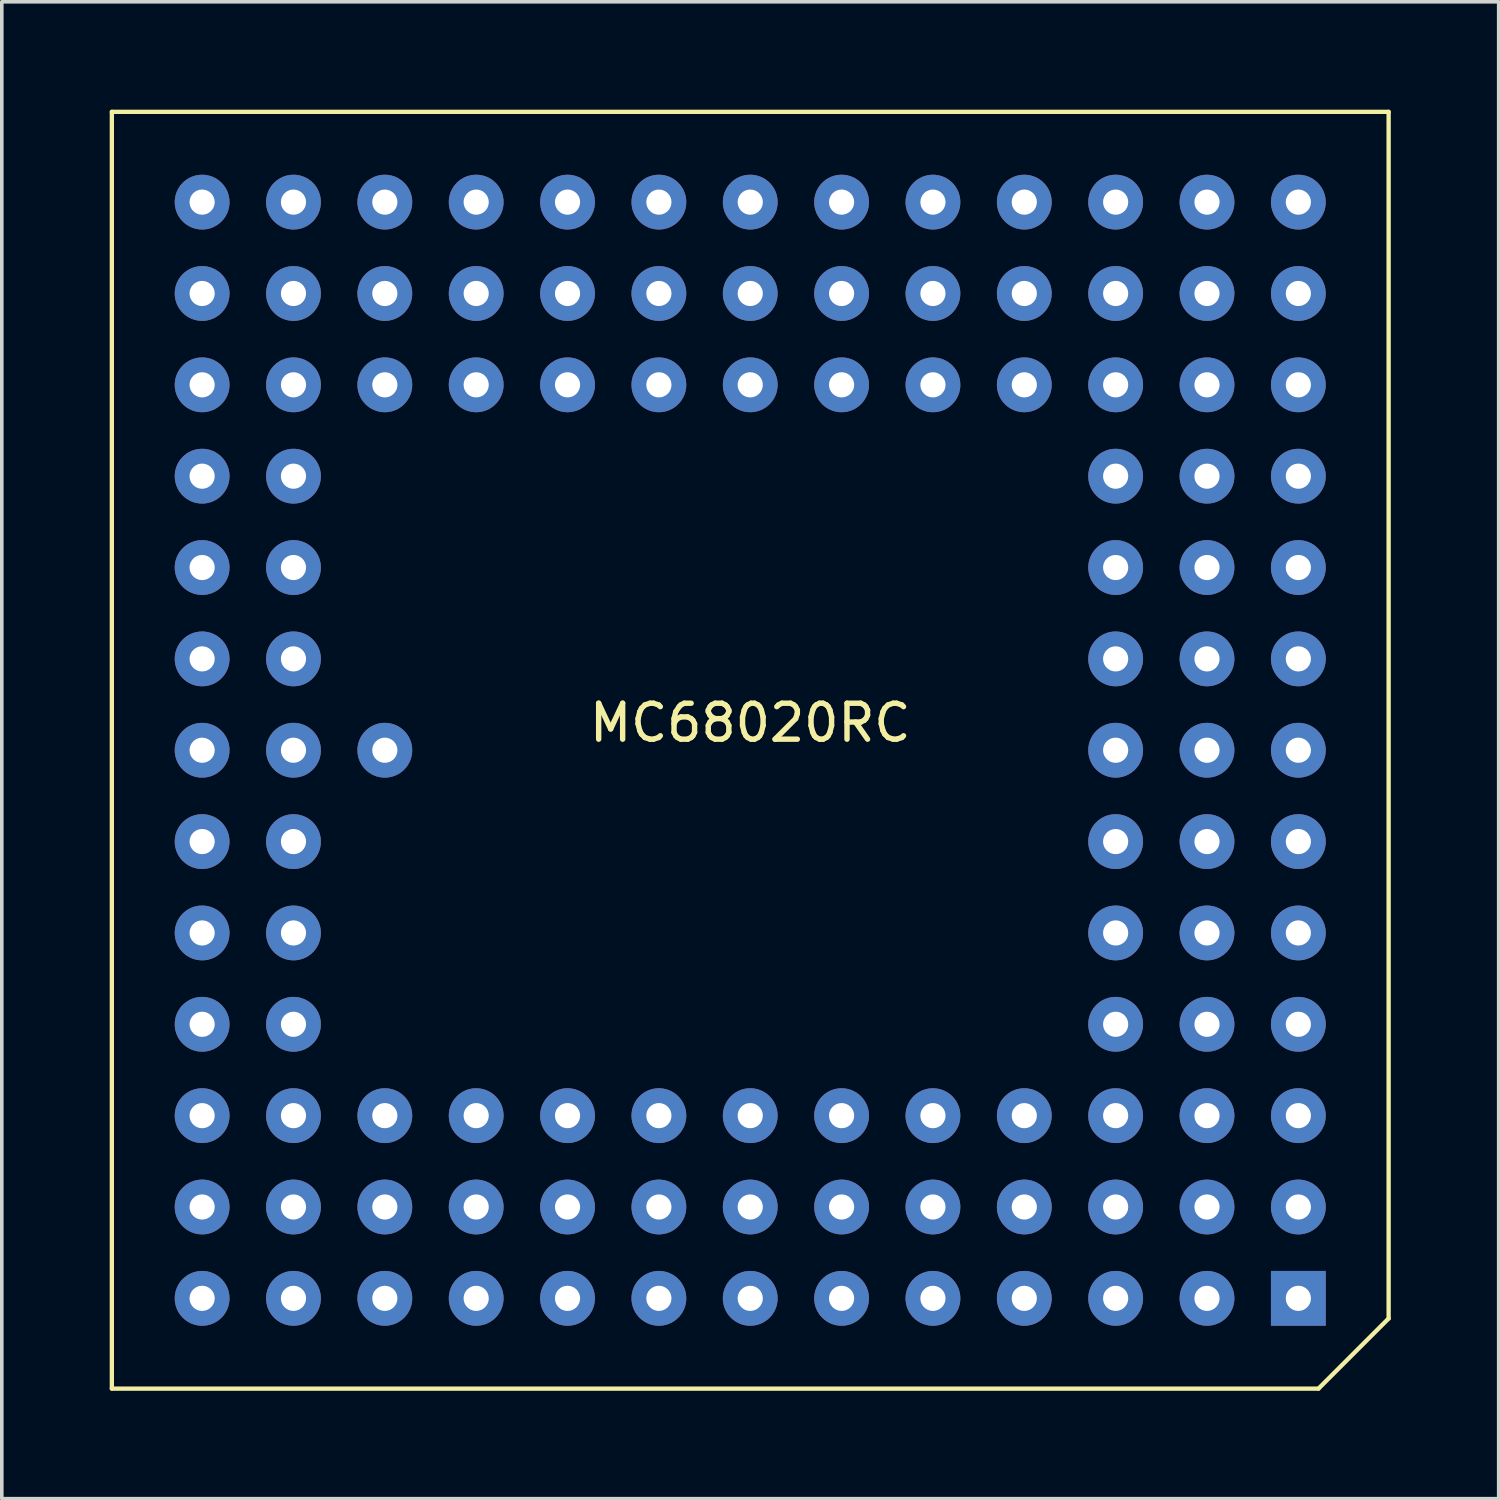
<source format=kicad_pcb>
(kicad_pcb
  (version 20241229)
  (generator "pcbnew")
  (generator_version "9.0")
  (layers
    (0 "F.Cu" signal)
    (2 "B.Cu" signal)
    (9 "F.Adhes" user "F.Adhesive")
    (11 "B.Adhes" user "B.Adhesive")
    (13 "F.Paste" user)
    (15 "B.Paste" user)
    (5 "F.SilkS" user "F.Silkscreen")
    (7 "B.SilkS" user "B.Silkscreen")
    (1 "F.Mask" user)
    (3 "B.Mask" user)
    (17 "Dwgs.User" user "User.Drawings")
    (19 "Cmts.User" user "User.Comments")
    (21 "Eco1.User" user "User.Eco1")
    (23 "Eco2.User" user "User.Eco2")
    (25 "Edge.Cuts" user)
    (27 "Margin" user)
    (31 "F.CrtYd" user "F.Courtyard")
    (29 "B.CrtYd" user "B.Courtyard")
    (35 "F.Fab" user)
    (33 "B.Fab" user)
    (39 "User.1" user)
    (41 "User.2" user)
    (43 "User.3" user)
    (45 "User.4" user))
  (footprint "MC68020RC"
    (layer "F.Cu")
    (at 17.81 17.81)
    (property "Reference" "MC68020RC" (at 0 -0.762 0) (layer "F.SilkS") (effects (font (size 1 1) (thickness 0.15))))
    (attr through_hole)
    (fp_line (start -17.75 -17.75) (end 17.75 -17.75) (stroke (width 0.12) (type solid)) (layer "F.SilkS"))
    (fp_line (start -17.75 17.75) (end -17.75 -17.75) (stroke (width 0.12) (type solid)) (layer "F.SilkS"))
    (fp_line (start 15.8 17.75) (end -17.75 17.75) (stroke (width 0.12) (type solid)) (layer "F.SilkS"))
    (fp_line (start 17.75 -17.75) (end 17.75 15.8) (stroke (width 0.12) (type solid)) (layer "F.SilkS"))
    (fp_line (start 17.75 15.8) (end 15.8 17.75) (stroke (width 0.12) (type solid)) (layer "F.SilkS"))
    (pad "A1" thru_hole rect (at 15.24 15.24) (size 1.524 1.524) (drill 0.7) (layers "*.Cu" "*.Mask"))
    (pad "A2" thru_hole circle (at 12.7 15.24) (size 1.524 1.524) (drill 0.7) (layers "*.Cu" "*.Mask"))
    (pad "A3" thru_hole circle (at 10.16 15.24) (size 1.524 1.524) (drill 0.7) (layers "*.Cu" "*.Mask"))
    (pad "A4" thru_hole circle (at 7.62 15.24) (size 1.524 1.524) (drill 0.7) (layers "*.Cu" "*.Mask"))
    (pad "A5" thru_hole circle (at 5.08 15.24) (size 1.524 1.524) (drill 0.7) (layers "*.Cu" "*.Mask"))
    (pad "A6" thru_hole circle (at 2.54 15.24) (size 1.524 1.524) (drill 0.7) (layers "*.Cu" "*.Mask"))
    (pad "A7" thru_hole circle (at 0 15.24) (size 1.524 1.524) (drill 0.7) (layers "*.Cu" "*.Mask"))
    (pad "A8" thru_hole circle (at -2.54 15.24) (size 1.524 1.524) (drill 0.7) (layers "*.Cu" "*.Mask"))
    (pad "A9" thru_hole circle (at -5.08 15.24) (size 1.524 1.524) (drill 0.7) (layers "*.Cu" "*.Mask"))
    (pad "A10" thru_hole circle (at -7.62 15.24) (size 1.524 1.524) (drill 0.7) (layers "*.Cu" "*.Mask"))
    (pad "A11" thru_hole circle (at -10.16 15.24) (size 1.524 1.524) (drill 0.7) (layers "*.Cu" "*.Mask"))
    (pad "A12" thru_hole circle (at -12.7 15.24) (size 1.524 1.524) (drill 0.7) (layers "*.Cu" "*.Mask"))
    (pad "A13" thru_hole circle (at -15.24 15.24) (size 1.524 1.524) (drill 0.7) (layers "*.Cu" "*.Mask"))
    (pad "B1" thru_hole circle (at 15.24 12.7) (size 1.524 1.524) (drill 0.7) (layers "*.Cu" "*.Mask"))
    (pad "B2" thru_hole circle (at 12.7 12.7) (size 1.524 1.524) (drill 0.7) (layers "*.Cu" "*.Mask"))
    (pad "B3" thru_hole circle (at 10.16 12.7) (size 1.524 1.524) (drill 0.7) (layers "*.Cu" "*.Mask"))
    (pad "B4" thru_hole circle (at 7.62 12.7) (size 1.524 1.524) (drill 0.7) (layers "*.Cu" "*.Mask"))
    (pad "B5" thru_hole circle (at 5.08 12.7) (size 1.524 1.524) (drill 0.7) (layers "*.Cu" "*.Mask"))
    (pad "B6" thru_hole circle (at 2.54 12.7) (size 1.524 1.524) (drill 0.7) (layers "*.Cu" "*.Mask"))
    (pad "B7" thru_hole circle (at 0 12.7) (size 1.524 1.524) (drill 0.7) (layers "*.Cu" "*.Mask"))
    (pad "B8" thru_hole circle (at -2.54 12.7) (size 1.524 1.524) (drill 0.7) (layers "*.Cu" "*.Mask"))
    (pad "B9" thru_hole circle (at -5.08 12.7) (size 1.524 1.524) (drill 0.7) (layers "*.Cu" "*.Mask"))
    (pad "B10" thru_hole circle (at -7.62 12.7) (size 1.524 1.524) (drill 0.7) (layers "*.Cu" "*.Mask"))
    (pad "B11" thru_hole circle (at -10.16 12.7) (size 1.524 1.524) (drill 0.7) (layers "*.Cu" "*.Mask"))
    (pad "B12" thru_hole circle (at -12.7 12.7) (size 1.524 1.524) (drill 0.7) (layers "*.Cu" "*.Mask"))
    (pad "B13" thru_hole circle (at -15.24 12.7) (size 1.524 1.524) (drill 0.7) (layers "*.Cu" "*.Mask"))
    (pad "C1" thru_hole circle (at 15.24 10.16) (size 1.524 1.524) (drill 0.7) (layers "*.Cu" "*.Mask"))
    (pad "C2" thru_hole circle (at 12.7 10.16) (size 1.524 1.524) (drill 0.7) (layers "*.Cu" "*.Mask"))
    (pad "C3" thru_hole circle (at 10.16 10.16) (size 1.524 1.524) (drill 0.7) (layers "*.Cu" "*.Mask"))
    (pad "C4" thru_hole circle (at 7.62 10.16) (size 1.524 1.524) (drill 0.7) (layers "*.Cu" "*.Mask"))
    (pad "C5" thru_hole circle (at 5.08 10.16) (size 1.524 1.524) (drill 0.7) (layers "*.Cu" "*.Mask"))
    (pad "C6" thru_hole circle (at 2.54 10.16) (size 1.524 1.524) (drill 0.7) (layers "*.Cu" "*.Mask"))
    (pad "C7" thru_hole circle (at 0 10.16) (size 1.524 1.524) (drill 0.7) (layers "*.Cu" "*.Mask"))
    (pad "C8" thru_hole circle (at -2.54 10.16) (size 1.524 1.524) (drill 0.7) (layers "*.Cu" "*.Mask"))
    (pad "C9" thru_hole circle (at -5.08 10.16) (size 1.524 1.524) (drill 0.7) (layers "*.Cu" "*.Mask"))
    (pad "C10" thru_hole circle (at -7.62 10.16) (size 1.524 1.524) (drill 0.7) (layers "*.Cu" "*.Mask"))
    (pad "C11" thru_hole circle (at -10.16 10.16) (size 1.524 1.524) (drill 0.7) (layers "*.Cu" "*.Mask"))
    (pad "C12" thru_hole circle (at -12.7 10.16) (size 1.524 1.524) (drill 0.7) (layers "*.Cu" "*.Mask"))
    (pad "C13" thru_hole circle (at -15.24 10.16) (size 1.524 1.524) (drill 0.7) (layers "*.Cu" "*.Mask"))
    (pad "D1" thru_hole circle (at 15.24 7.62) (size 1.524 1.524) (drill 0.7) (layers "*.Cu" "*.Mask"))
    (pad "D2" thru_hole circle (at 12.7 7.62) (size 1.524 1.524) (drill 0.7) (layers "*.Cu" "*.Mask"))
    (pad "D3" thru_hole circle (at 10.16 7.62) (size 1.524 1.524) (drill 0.7) (layers "*.Cu" "*.Mask"))
    (pad "D12" thru_hole circle (at -12.7 7.62) (size 1.524 1.524) (drill 0.7) (layers "*.Cu" "*.Mask"))
    (pad "D13" thru_hole circle (at -15.24 7.62) (size 1.524 1.524) (drill 0.7) (layers "*.Cu" "*.Mask"))
    (pad "E1" thru_hole circle (at 15.24 5.08) (size 1.524 1.524) (drill 0.7) (layers "*.Cu" "*.Mask"))
    (pad "E2" thru_hole circle (at 12.7 5.08) (size 1.524 1.524) (drill 0.7) (layers "*.Cu" "*.Mask"))
    (pad "E3" thru_hole circle (at 10.16 5.08) (size 1.524 1.524) (drill 0.7) (layers "*.Cu" "*.Mask"))
    (pad "E12" thru_hole circle (at -12.7 5.08) (size 1.524 1.524) (drill 0.7) (layers "*.Cu" "*.Mask"))
    (pad "E13" thru_hole circle (at -15.24 5.08) (size 1.524 1.524) (drill 0.7) (layers "*.Cu" "*.Mask"))
    (pad "F1" thru_hole circle (at 15.24 2.54) (size 1.524 1.524) (drill 0.7) (layers "*.Cu" "*.Mask"))
    (pad "F2" thru_hole circle (at 12.7 2.54) (size 1.524 1.524) (drill 0.7) (layers "*.Cu" "*.Mask"))
    (pad "F3" thru_hole circle (at 10.16 2.54) (size 1.524 1.524) (drill 0.7) (layers "*.Cu" "*.Mask"))
    (pad "F12" thru_hole circle (at -12.7 2.54) (size 1.524 1.524) (drill 0.7) (layers "*.Cu" "*.Mask"))
    (pad "F13" thru_hole circle (at -15.24 2.54) (size 1.524 1.524) (drill 0.7) (layers "*.Cu" "*.Mask"))
    (pad "G1" thru_hole circle (at 15.24 0) (size 1.524 1.524) (drill 0.7) (layers "*.Cu" "*.Mask"))
    (pad "G2" thru_hole circle (at 12.7 0) (size 1.524 1.524) (drill 0.7) (layers "*.Cu" "*.Mask"))
    (pad "G3" thru_hole circle (at 10.16 0) (size 1.524 1.524) (drill 0.7) (layers "*.Cu" "*.Mask"))
    (pad "G11" thru_hole circle (at -10.16 0) (size 1.524 1.524) (drill 0.7) (layers "*.Cu" "*.Mask"))
    (pad "G12" thru_hole circle (at -12.7 0) (size 1.524 1.524) (drill 0.7) (layers "*.Cu" "*.Mask"))
    (pad "G13" thru_hole circle (at -15.24 0) (size 1.524 1.524) (drill 0.7) (layers "*.Cu" "*.Mask"))
    (pad "H1" thru_hole circle (at 15.24 -2.54) (size 1.524 1.524) (drill 0.7) (layers "*.Cu" "*.Mask"))
    (pad "H2" thru_hole circle (at 12.7 -2.54) (size 1.524 1.524) (drill 0.7) (layers "*.Cu" "*.Mask"))
    (pad "H3" thru_hole circle (at 10.16 -2.54) (size 1.524 1.524) (drill 0.7) (layers "*.Cu" "*.Mask"))
    (pad "H12" thru_hole circle (at -12.7 -2.54) (size 1.524 1.524) (drill 0.7) (layers "*.Cu" "*.Mask"))
    (pad "H13" thru_hole circle (at -15.24 -2.54) (size 1.524 1.524) (drill 0.7) (layers "*.Cu" "*.Mask"))
    (pad "J1" thru_hole circle (at 15.24 -5.08) (size 1.524 1.524) (drill 0.7) (layers "*.Cu" "*.Mask"))
    (pad "J2" thru_hole circle (at 12.7 -5.08) (size 1.524 1.524) (drill 0.7) (layers "*.Cu" "*.Mask"))
    (pad "J3" thru_hole circle (at 10.16 -5.08) (size 1.524 1.524) (drill 0.7) (layers "*.Cu" "*.Mask"))
    (pad "J12" thru_hole circle (at -12.7 -5.08) (size 1.524 1.524) (drill 0.7) (layers "*.Cu" "*.Mask"))
    (pad "J13" thru_hole circle (at -15.24 -5.08) (size 1.524 1.524) (drill 0.7) (layers "*.Cu" "*.Mask"))
    (pad "K1" thru_hole circle (at 15.24 -7.62) (size 1.524 1.524) (drill 0.7) (layers "*.Cu" "*.Mask"))
    (pad "K2" thru_hole circle (at 12.7 -7.62) (size 1.524 1.524) (drill 0.7) (layers "*.Cu" "*.Mask"))
    (pad "K3" thru_hole circle (at 10.16 -7.62) (size 1.524 1.524) (drill 0.7) (layers "*.Cu" "*.Mask"))
    (pad "K12" thru_hole circle (at -12.7 -7.62) (size 1.524 1.524) (drill 0.7) (layers "*.Cu" "*.Mask"))
    (pad "K13" thru_hole circle (at -15.24 -7.62) (size 1.524 1.524) (drill 0.7) (layers "*.Cu" "*.Mask"))
    (pad "L1" thru_hole circle (at 15.24 -10.16) (size 1.524 1.524) (drill 0.7) (layers "*.Cu" "*.Mask"))
    (pad "L2" thru_hole circle (at 12.7 -10.16) (size 1.524 1.524) (drill 0.7) (layers "*.Cu" "*.Mask"))
    (pad "L3" thru_hole circle (at 10.16 -10.16) (size 1.524 1.524) (drill 0.7) (layers "*.Cu" "*.Mask"))
    (pad "L4" thru_hole circle (at 7.62 -10.16) (size 1.524 1.524) (drill 0.7) (layers "*.Cu" "*.Mask"))
    (pad "L5" thru_hole circle (at 5.08 -10.16) (size 1.524 1.524) (drill 0.7) (layers "*.Cu" "*.Mask"))
    (pad "L6" thru_hole circle (at 2.54 -10.16) (size 1.524 1.524) (drill 0.7) (layers "*.Cu" "*.Mask"))
    (pad "L7" thru_hole circle (at 0 -10.16) (size 1.524 1.524) (drill 0.7) (layers "*.Cu" "*.Mask"))
    (pad "L8" thru_hole circle (at -2.54 -10.16) (size 1.524 1.524) (drill 0.7) (layers "*.Cu" "*.Mask"))
    (pad "L9" thru_hole circle (at -5.08 -10.16) (size 1.524 1.524) (drill 0.7) (layers "*.Cu" "*.Mask"))
    (pad "L10" thru_hole circle (at -7.62 -10.16) (size 1.524 1.524) (drill 0.7) (layers "*.Cu" "*.Mask"))
    (pad "L11" thru_hole circle (at -10.16 -10.16) (size 1.524 1.524) (drill 0.7) (layers "*.Cu" "*.Mask"))
    (pad "L12" thru_hole circle (at -12.7 -10.16) (size 1.524 1.524) (drill 0.7) (layers "*.Cu" "*.Mask"))
    (pad "L13" thru_hole circle (at -15.24 -10.16) (size 1.524 1.524) (drill 0.7) (layers "*.Cu" "*.Mask"))
    (pad "M1" thru_hole circle (at 15.24 -12.7) (size 1.524 1.524) (drill 0.7) (layers "*.Cu" "*.Mask"))
    (pad "M2" thru_hole circle (at 12.7 -12.7) (size 1.524 1.524) (drill 0.7) (layers "*.Cu" "*.Mask"))
    (pad "M3" thru_hole circle (at 10.16 -12.7) (size 1.524 1.524) (drill 0.7) (layers "*.Cu" "*.Mask"))
    (pad "M4" thru_hole circle (at 7.62 -12.7) (size 1.524 1.524) (drill 0.7) (layers "*.Cu" "*.Mask"))
    (pad "M5" thru_hole circle (at 5.08 -12.7) (size 1.524 1.524) (drill 0.7) (layers "*.Cu" "*.Mask"))
    (pad "M6" thru_hole circle (at 2.54 -12.7) (size 1.524 1.524) (drill 0.7) (layers "*.Cu" "*.Mask"))
    (pad "M7" thru_hole circle (at 0 -12.7) (size 1.524 1.524) (drill 0.7) (layers "*.Cu" "*.Mask"))
    (pad "M8" thru_hole circle (at -2.54 -12.7) (size 1.524 1.524) (drill 0.7) (layers "*.Cu" "*.Mask"))
    (pad "M9" thru_hole circle (at -5.08 -12.7) (size 1.524 1.524) (drill 0.7) (layers "*.Cu" "*.Mask"))
    (pad "M10" thru_hole circle (at -7.62 -12.7) (size 1.524 1.524) (drill 0.7) (layers "*.Cu" "*.Mask"))
    (pad "M11" thru_hole circle (at -10.16 -12.7) (size 1.524 1.524) (drill 0.7) (layers "*.Cu" "*.Mask"))
    (pad "M12" thru_hole circle (at -12.7 -12.7) (size 1.524 1.524) (drill 0.7) (layers "*.Cu" "*.Mask"))
    (pad "M13" thru_hole circle (at -15.24 -12.7) (size 1.524 1.524) (drill 0.7) (layers "*.Cu" "*.Mask"))
    (pad "N1" thru_hole circle (at 15.24 -15.24) (size 1.524 1.524) (drill 0.7) (layers "*.Cu" "*.Mask"))
    (pad "N2" thru_hole circle (at 12.7 -15.24) (size 1.524 1.524) (drill 0.7) (layers "*.Cu" "*.Mask"))
    (pad "N3" thru_hole circle (at 10.16 -15.24) (size 1.524 1.524) (drill 0.7) (layers "*.Cu" "*.Mask"))
    (pad "N4" thru_hole circle (at 7.62 -15.24) (size 1.524 1.524) (drill 0.7) (layers "*.Cu" "*.Mask"))
    (pad "N5" thru_hole circle (at 5.08 -15.24) (size 1.524 1.524) (drill 0.7) (layers "*.Cu" "*.Mask"))
    (pad "N6" thru_hole circle (at 2.54 -15.24) (size 1.524 1.524) (drill 0.7) (layers "*.Cu" "*.Mask"))
    (pad "N7" thru_hole circle (at 0 -15.24) (size 1.524 1.524) (drill 0.7) (layers "*.Cu" "*.Mask"))
    (pad "N8" thru_hole circle (at -2.54 -15.24) (size 1.524 1.524) (drill 0.7) (layers "*.Cu" "*.Mask"))
    (pad "N9" thru_hole circle (at -5.08 -15.24) (size 1.524 1.524) (drill 0.7) (layers "*.Cu" "*.Mask"))
    (pad "N10" thru_hole circle (at -7.62 -15.24) (size 1.524 1.524) (drill 0.7) (layers "*.Cu" "*.Mask"))
    (pad "N11" thru_hole circle (at -10.16 -15.24) (size 1.524 1.524) (drill 0.7) (layers "*.Cu" "*.Mask"))
    (pad "N12" thru_hole circle (at -12.7 -15.24) (size 1.524 1.524) (drill 0.7) (layers "*.Cu" "*.Mask"))
    (pad "N13" thru_hole circle (at -15.24 -15.24) (size 1.524 1.524) (drill 0.7) (layers "*.Cu" "*.Mask")))
  (gr_rect
    (start -3 -3)
    (end 38.62 38.62)
    (stroke (width 0.1) (type default))
    (fill no)
    (layer "Edge.Cuts")))
</source>
